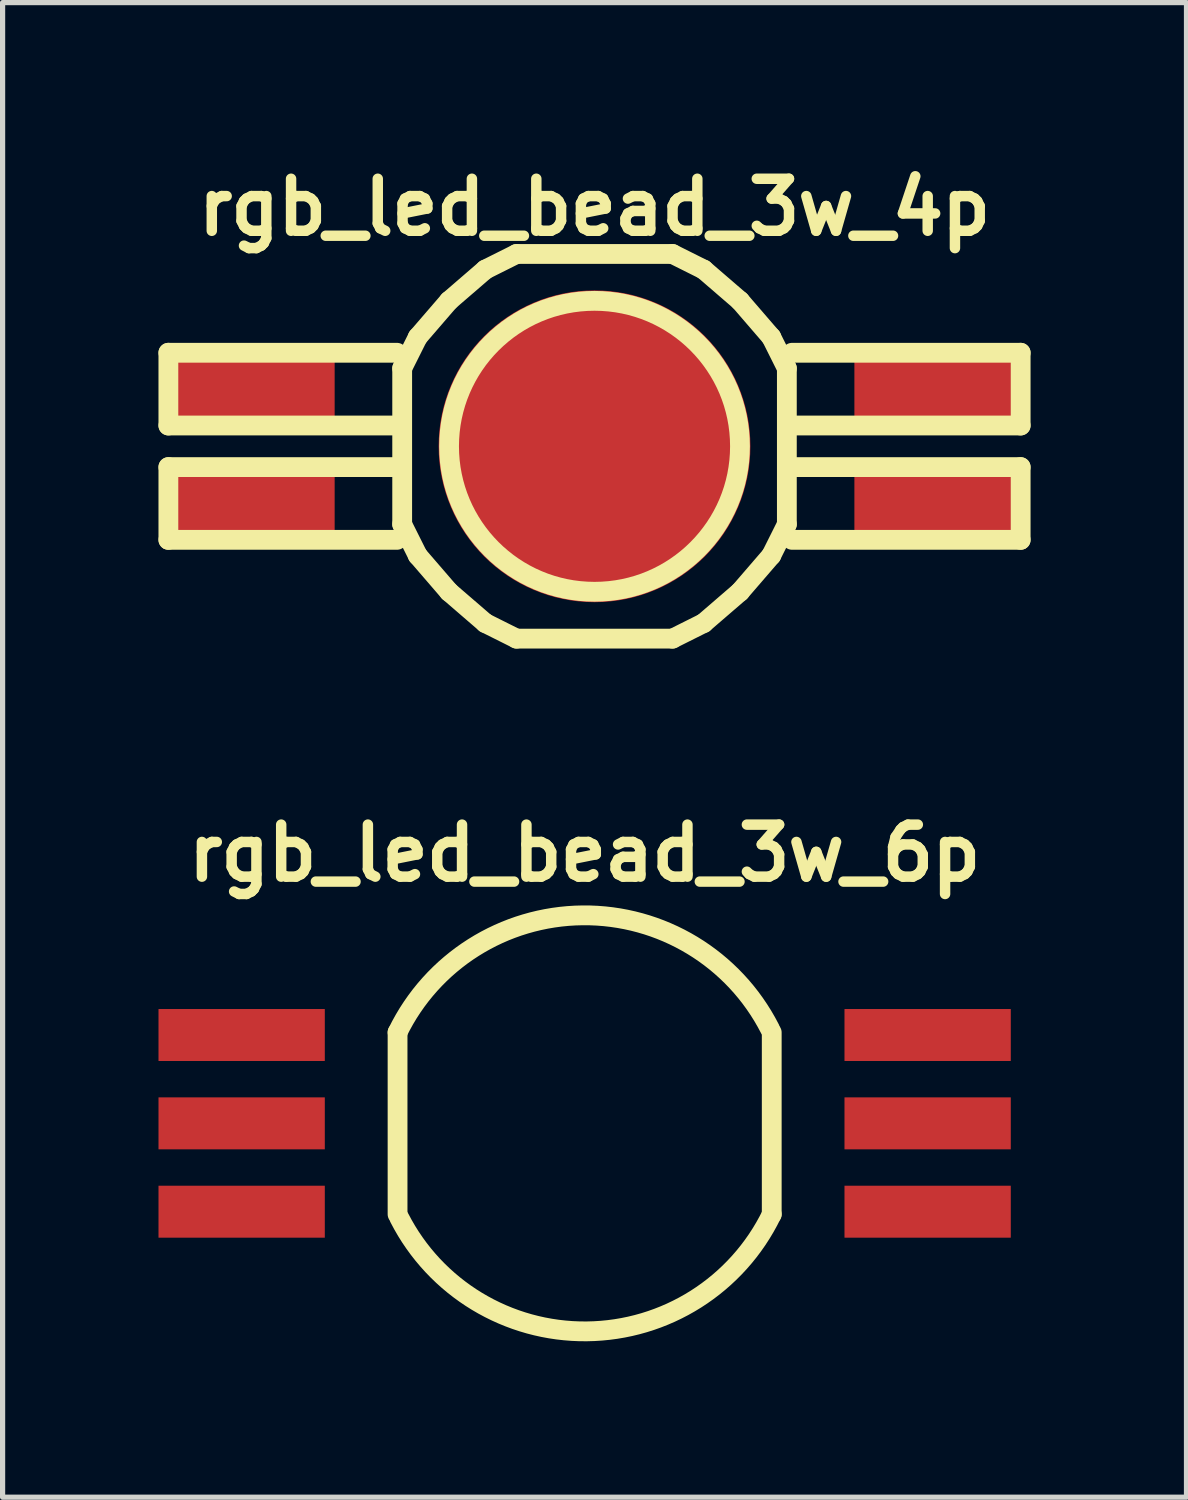
<source format=kicad_pcb>
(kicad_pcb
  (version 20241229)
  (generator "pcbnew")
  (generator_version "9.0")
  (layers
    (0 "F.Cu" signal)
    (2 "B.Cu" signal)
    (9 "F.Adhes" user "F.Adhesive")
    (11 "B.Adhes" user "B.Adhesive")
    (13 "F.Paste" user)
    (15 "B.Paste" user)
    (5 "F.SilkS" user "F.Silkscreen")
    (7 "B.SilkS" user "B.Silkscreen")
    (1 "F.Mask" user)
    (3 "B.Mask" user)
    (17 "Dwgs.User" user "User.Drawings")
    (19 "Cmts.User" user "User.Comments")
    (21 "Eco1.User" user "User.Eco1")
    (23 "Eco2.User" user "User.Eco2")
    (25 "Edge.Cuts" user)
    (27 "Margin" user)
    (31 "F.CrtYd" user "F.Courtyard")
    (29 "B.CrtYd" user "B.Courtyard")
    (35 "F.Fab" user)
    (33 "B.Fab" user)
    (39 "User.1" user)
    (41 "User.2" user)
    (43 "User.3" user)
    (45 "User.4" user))
  (footprint "rgb_led_bead_3w_4p"
    (layer "F.Cu")
    (at 8.39 5.538)
    (property "Reference" "rgb_led_bead_3w_4p" (at 0 -4.6 0) (layer "F.SilkS") (effects (font (size 1.001 1.001) (thickness 0.201))))
    (attr through_hole)
    (fp_line (start -8.2 -1.8) (end -3.8 -1.8) (stroke (width 0.381) (type solid)) (layer "F.SilkS"))
    (fp_line (start -8.2 -0.4) (end -8.2 -1.8) (stroke (width 0.381) (type solid)) (layer "F.SilkS"))
    (fp_line (start -8.2 -0.4) (end -3.8 -0.4) (stroke (width 0.381) (type solid)) (layer "F.SilkS"))
    (fp_line (start -8.2 0.4) (end -3.8 0.4) (stroke (width 0.381) (type solid)) (layer "F.SilkS"))
    (fp_line (start -8.2 1.8) (end -8.2 0.4) (stroke (width 0.381) (type solid)) (layer "F.SilkS"))
    (fp_line (start -8.2 1.8) (end -3.8 1.8) (stroke (width 0.381) (type solid)) (layer "F.SilkS"))
    (fp_line (start -3.701 -1.501) (end -3.401 -2.101) (stroke (width 0.381) (type solid)) (layer "F.SilkS"))
    (fp_line (start -3.701 1.501) (end -3.701 -1.501) (stroke (width 0.381) (type solid)) (layer "F.SilkS"))
    (fp_line (start -3.701 1.501) (end -3.401 2.101) (stroke (width 0.381) (type solid)) (layer "F.SilkS"))
    (fp_line (start -3.401 -2.101) (end -2.799 -2.799) (stroke (width 0.381) (type solid)) (layer "F.SilkS"))
    (fp_line (start -2.799 -2.799) (end -2.101 -3.401) (stroke (width 0.381) (type solid)) (layer "F.SilkS"))
    (fp_line (start -2.799 2.799) (end -3.401 2.101) (stroke (width 0.381) (type solid)) (layer "F.SilkS"))
    (fp_line (start -2.101 -3.401) (end -1.501 -3.701) (stroke (width 0.381) (type solid)) (layer "F.SilkS"))
    (fp_line (start -2.101 3.401) (end -2.799 2.799) (stroke (width 0.381) (type solid)) (layer "F.SilkS"))
    (fp_line (start -1.501 -3.701) (end 1.501 -3.701) (stroke (width 0.381) (type solid)) (layer "F.SilkS"))
    (fp_line (start -1.501 3.701) (end -2.101 3.401) (stroke (width 0.381) (type solid)) (layer "F.SilkS"))
    (fp_line (start 1.501 -3.701) (end 2.101 -3.401) (stroke (width 0.381) (type solid)) (layer "F.SilkS"))
    (fp_line (start 1.501 3.701) (end -1.501 3.701) (stroke (width 0.381) (type solid)) (layer "F.SilkS"))
    (fp_line (start 1.501 3.701) (end 2.101 3.401) (stroke (width 0.381) (type solid)) (layer "F.SilkS"))
    (fp_line (start 2.101 -3.401) (end 2.799 -2.799) (stroke (width 0.381) (type solid)) (layer "F.SilkS"))
    (fp_line (start 2.799 -2.799) (end 3.401 -2.101) (stroke (width 0.381) (type solid)) (layer "F.SilkS"))
    (fp_line (start 2.799 2.799) (end 2.101 3.401) (stroke (width 0.381) (type solid)) (layer "F.SilkS"))
    (fp_line (start 3.401 2.101) (end 2.799 2.799) (stroke (width 0.381) (type solid)) (layer "F.SilkS"))
    (fp_line (start 3.701 -1.501) (end 3.401 -2.101) (stroke (width 0.381) (type solid)) (layer "F.SilkS"))
    (fp_line (start 3.701 -1.501) (end 3.701 1.501) (stroke (width 0.381) (type solid)) (layer "F.SilkS"))
    (fp_line (start 3.701 1.501) (end 3.401 2.101) (stroke (width 0.381) (type solid)) (layer "F.SilkS"))
    (fp_line (start 3.8 -1.8) (end 8.2 -1.8) (stroke (width 0.381) (type solid)) (layer "F.SilkS"))
    (fp_line (start 3.8 -0.4) (end 8.2 -0.4) (stroke (width 0.381) (type solid)) (layer "F.SilkS"))
    (fp_line (start 3.8 0.4) (end 8.2 0.4) (stroke (width 0.381) (type solid)) (layer "F.SilkS"))
    (fp_line (start 3.8 1.8) (end 8.2 1.8) (stroke (width 0.381) (type solid)) (layer "F.SilkS"))
    (fp_line (start 8.2 -0.4) (end 8.2 -1.8) (stroke (width 0.381) (type solid)) (layer "F.SilkS"))
    (fp_line (start 8.2 1.8) (end 8.2 0.4) (stroke (width 0.381) (type solid)) (layer "F.SilkS"))
    (fp_circle (center 0 0) (end -2.799 0) (stroke (width 0.381) (type solid)) (fill no) (layer "F.SilkS"))
    (pad "B-" smd rect (at -6.65 -1.12) (size 3.299 1.7) (layers "F.Cu" "F.Mask" "F.Paste"))
    (pad "G-" smd rect (at 6.65 -1.12) (size 3.299 1.7) (layers "F.Cu" "F.Mask" "F.Paste"))
    (pad "R-" smd rect (at 6.65 1.12) (size 3.299 1.7) (layers "F.Cu" "F.Mask" "F.Paste"))
    (pad "V+" smd rect (at -6.65 1.12) (size 3.299 1.7) (layers "F.Cu" "F.Mask" "F.Paste"))
    (pad "V+" smd circle (at 0 0) (size 5.999 5.999) (layers "F.Cu" "F.Mask" "F.Paste")))
  (footprint "rgb_led_bead_3w_6p"
    (layer "F.Cu")
    (at 8.2 18.566)
    (property "Reference" "rgb_led_bead_3w_6p" (at 0 -5.2 0) (layer "F.SilkS") (effects (font (size 1.001 1.001) (thickness 0.201))))
    (attr through_hole)
    (fp_line (start -3.6 -1.75) (end -3.6 1.75) (stroke (width 0.381) (type solid)) (layer "F.SilkS"))
    (fp_line (start 3.6 -1.75) (end 3.6 1.75) (stroke (width 0.381) (type solid)) (layer "F.SilkS"))
    (fp_arc (start -3.6 -1.75) (mid -0.040177 -4.00261) (end 3.564146 -1.821912) (stroke (width 0.381) (type solid)) (layer "F.SilkS"))
    (fp_arc (start 3.6 1.75) (mid 0.040177 4.00261) (end -3.564146 1.821912) (stroke (width 0.381) (type solid)) (layer "F.SilkS"))
    (pad "B+" smd rect (at -6.6 1.7) (size 3.2 1) (layers "F.Cu" "F.Mask" "F.Paste"))
    (pad "B-" smd rect (at 6.6 1.7) (size 3.2 1) (layers "F.Cu" "F.Mask" "F.Paste"))
    (pad "G+" smd rect (at -6.6 0) (size 3.2 1) (layers "F.Cu" "F.Mask" "F.Paste"))
    (pad "G-" smd rect (at 6.6 0) (size 3.2 1) (layers "F.Cu" "F.Mask" "F.Paste"))
    (pad "R+" smd rect (at -6.6 -1.7) (size 3.2 1) (layers "F.Cu" "F.Mask" "F.Paste"))
    (pad "R-" smd rect (at 6.6 -1.7) (size 3.2 1) (layers "F.Cu" "F.Mask" "F.Paste")))
  (gr_rect
    (start -3 -3)
    (end 19.781 25.76)
    (stroke (width 0.1) (type default))
    (fill no)
    (layer "Edge.Cuts")))
</source>
